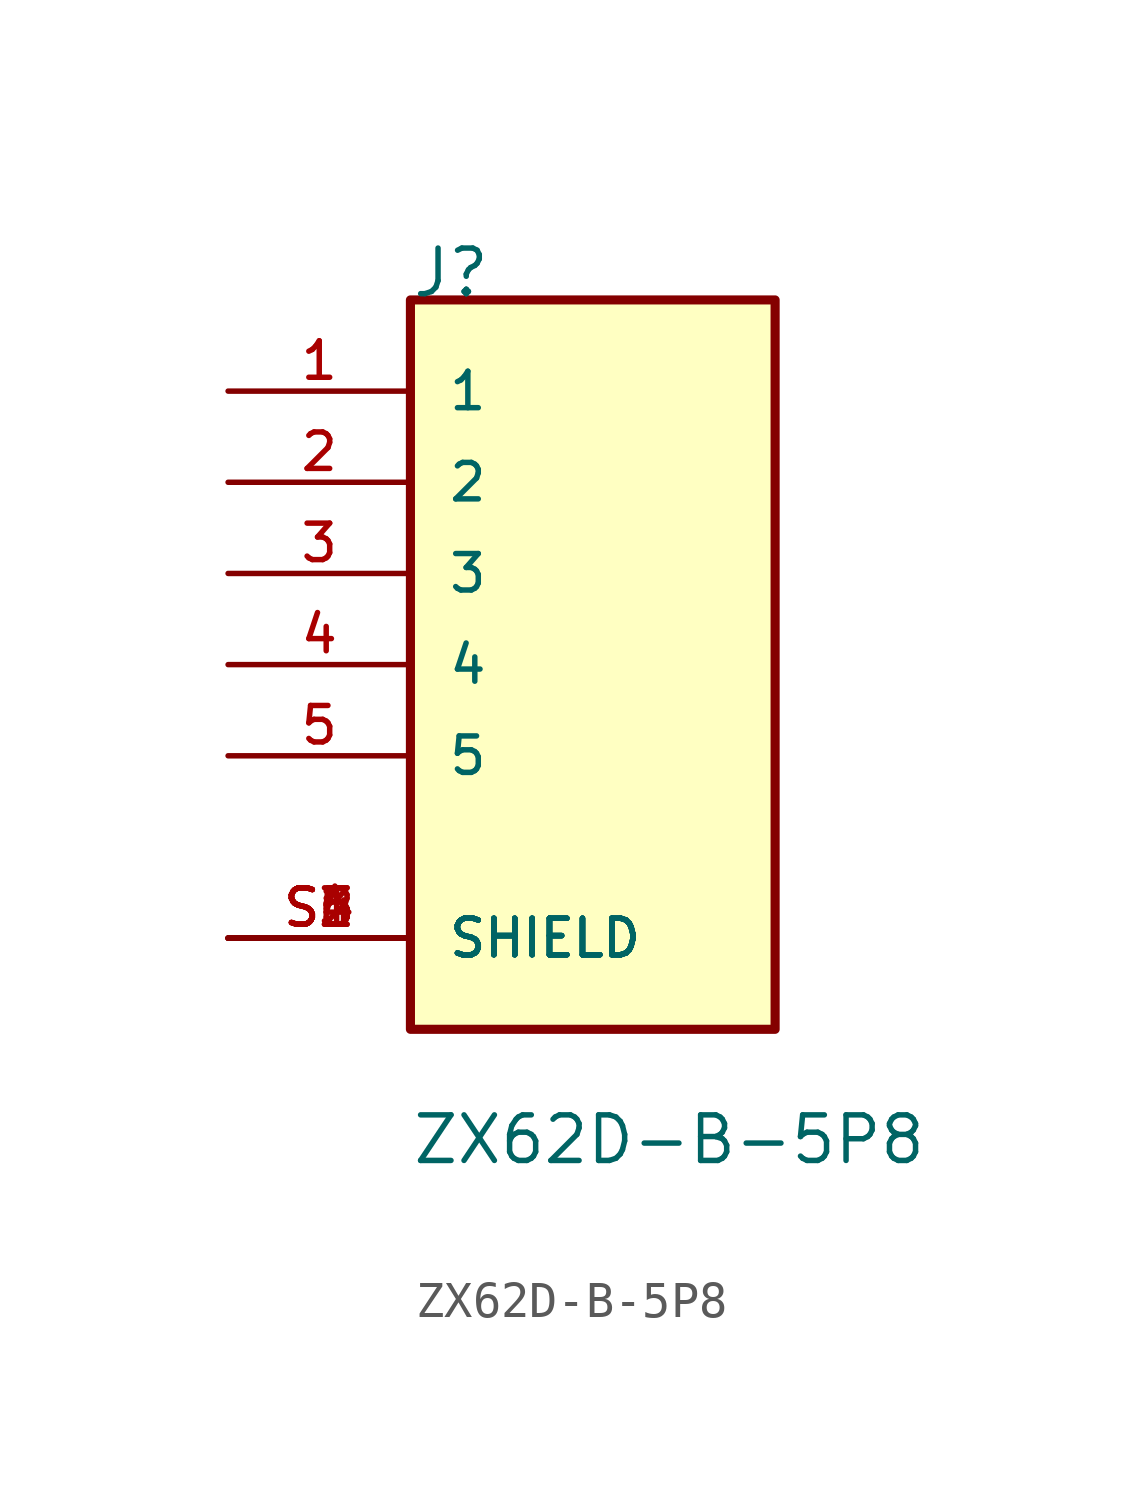
<source format=kicad_sym>
(kicad_symbol_lib
  (version 20211014)
  (generator kicad_symbol_editor)
  (symbol "ZX62D-B-5P8"
    (pin_names
      (offset 1.016))
    (property "Reference" "J"
      (at -5.076 10.172 0)
      (effects (font (size 1.27 1.27)) (justify bottom left)))
    (property "Value" "ZX62D-B-5P8"
      (at -5.078 -13.977 0)
      (effects (font (size 1.27 1.27)) (justify bottom left)))
    (symbol "ZX62D-B-5P8_0_0"
      (rectangle (start -5.08 -10.16) (end 5.08 10.16) (stroke (width 0.254)) (fill (type background)))
      (pin passive line (at -10.16 7.62 0) (length 5.08) (name "1" (effects (font (size 1.016 1.016)))) (number "1" (effects (font (size 1.016 1.016)))))
      (pin passive line (at -10.16 -2.54 0) (length 5.08) (name "5" (effects (font (size 1.016 1.016)))) (number "5" (effects (font (size 1.016 1.016)))))
      (pin passive line (at -10.16 5.08 0) (length 5.08) (name "2" (effects (font (size 1.016 1.016)))) (number "2" (effects (font (size 1.016 1.016)))))
      (pin passive line (at -10.16 2.54 0) (length 5.08) (name "3" (effects (font (size 1.016 1.016)))) (number "3" (effects (font (size 1.016 1.016)))))
      (pin passive line (at -10.16 0.0 0) (length 5.08) (name "4" (effects (font (size 1.016 1.016)))) (number "4" (effects (font (size 1.016 1.016)))))
      (pin passive line (at -10.16 -7.62 0) (length 5.08) (name "SHIELD" (effects (font (size 1.016 1.016)))) (number "S1" (effects (font (size 1.016 1.016)))))
      (pin passive line (at -10.16 -7.62 0) (length 5.08) (name "SHIELD" (effects (font (size 1.016 1.016)))) (number "S2" (effects (font (size 1.016 1.016)))))
      (pin passive line (at -10.16 -7.62 0) (length 5.08) (name "SHIELD" (effects (font (size 1.016 1.016)))) (number "S3" (effects (font (size 1.016 1.016)))))
      (pin passive line (at -10.16 -7.62 0) (length 5.08) (name "SHIELD" (effects (font (size 1.016 1.016)))) (number "S4" (effects (font (size 1.016 1.016)))))
      (pin passive line (at -10.16 -7.62 0) (length 5.08) (name "SHIELD" (effects (font (size 1.016 1.016)))) (number "S5" (effects (font (size 1.016 1.016)))))
      (pin passive line (at -10.16 -7.62 0) (length 5.08) (name "SHIELD" (effects (font (size 1.016 1.016)))) (number "S6" (effects (font (size 1.016 1.016))))))))
</source>
